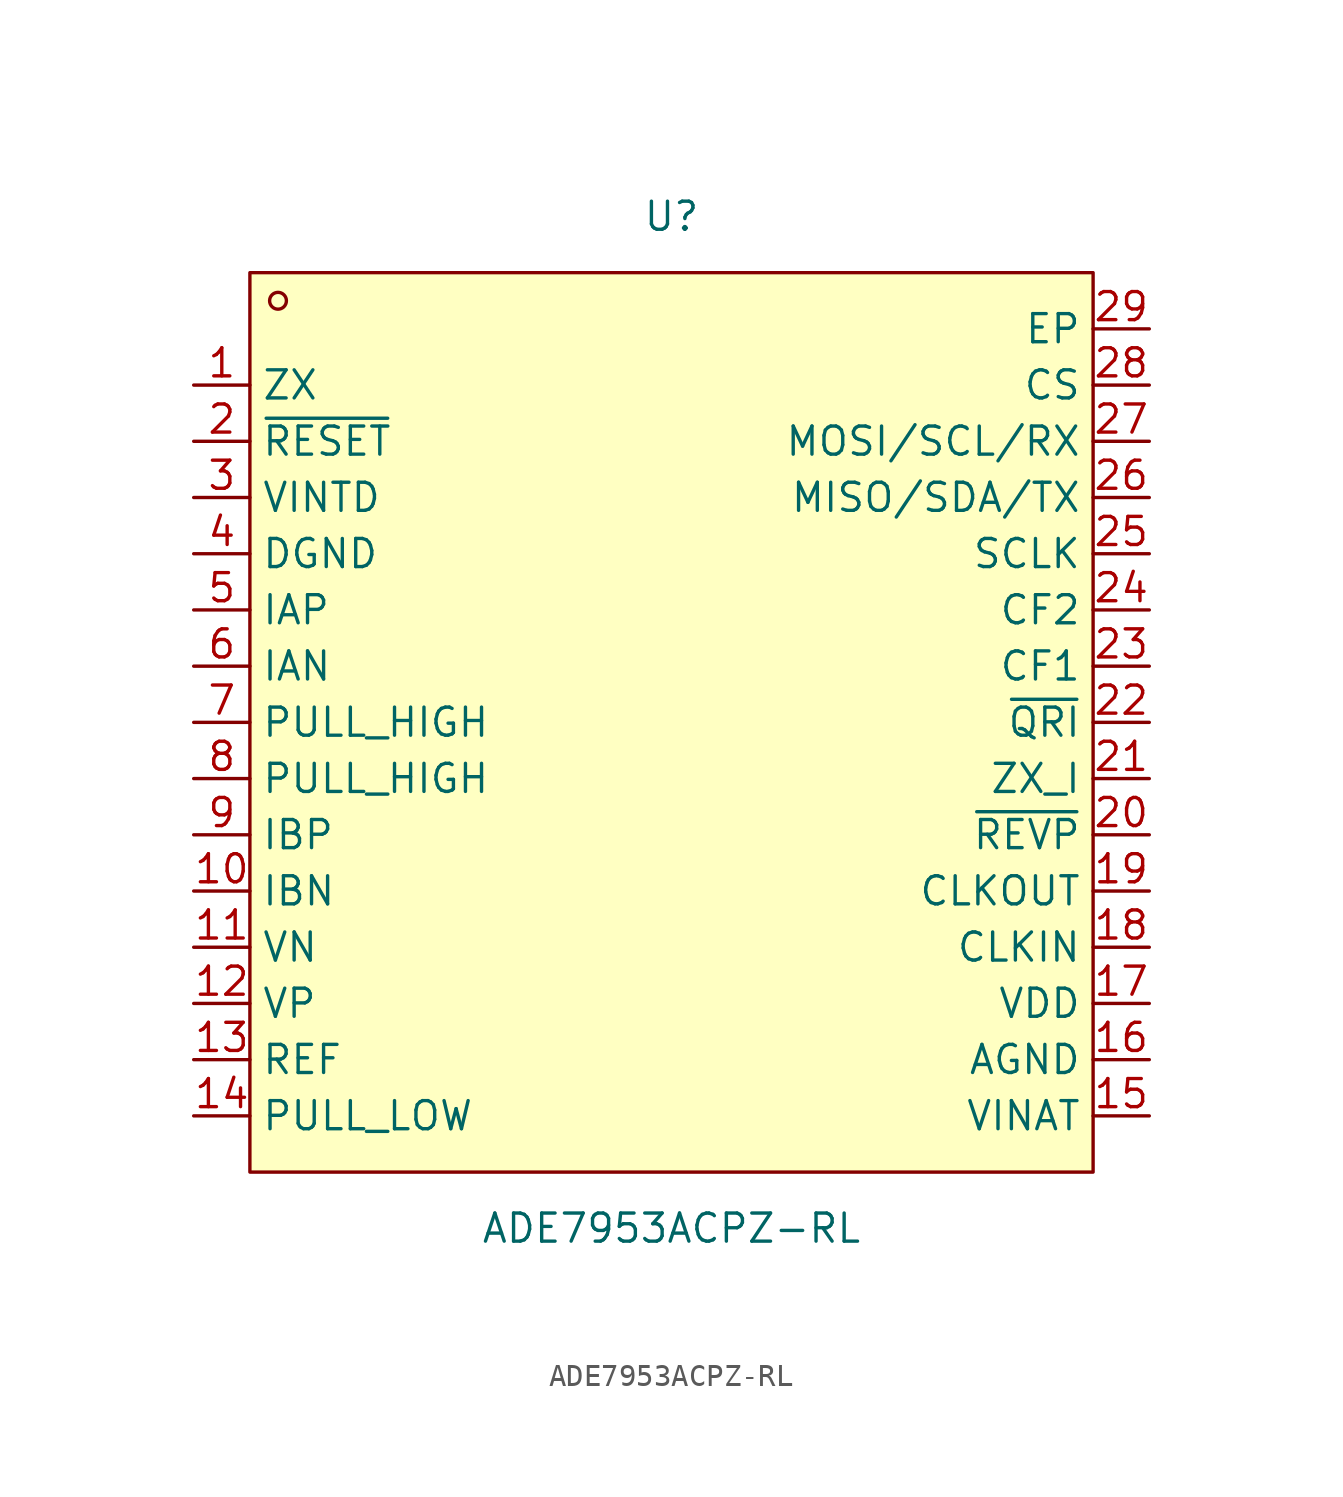
<source format=kicad_sym>
(kicad_symbol_lib
  (version 20211014)
  (generator https://github.com/uPesy/easyeda2kicad.py)
  (symbol "ADE7953ACPZ-RL"
    (property "Reference" "U"
      (at 0 22.86 0)
      (effects (font (size 1.27 1.27))))
    (property "Value" "ADE7953ACPZ-RL"
      (at 0 -22.86 0)
      (effects (font (size 1.27 1.27))))
    (symbol "ADE7953ACPZ-RL_0_1"
      (rectangle (start -19.05 20.32) (end 19.05 -20.32) (stroke (width 0) (type default) (color 0 0 0 0)) (fill (type background)))
      (circle (center -17.78 19.05) (radius 0.38) (stroke (width 0) (type default) (color 0 0 0 0)) (fill (type none)))
      (pin unspecified line (at -21.59 15.24 0) (length 2.54) (name "ZX" (effects (font (size 1.27 1.27)))) (number "1" (effects (font (size 1.27 1.27)))))
      (pin unspecified line (at -21.59 12.70 0) (length 2.54) (name "~{RESET}" (effects (font (size 1.27 1.27)))) (number "2" (effects (font (size 1.27 1.27)))))
      (pin unspecified line (at -21.59 10.16 0) (length 2.54) (name "VINTD" (effects (font (size 1.27 1.27)))) (number "3" (effects (font (size 1.27 1.27)))))
      (pin unspecified line (at -21.59 7.62 0) (length 2.54) (name "DGND" (effects (font (size 1.27 1.27)))) (number "4" (effects (font (size 1.27 1.27)))))
      (pin unspecified line (at -21.59 5.08 0) (length 2.54) (name "IAP" (effects (font (size 1.27 1.27)))) (number "5" (effects (font (size 1.27 1.27)))))
      (pin unspecified line (at -21.59 2.54 0) (length 2.54) (name "IAN" (effects (font (size 1.27 1.27)))) (number "6" (effects (font (size 1.27 1.27)))))
      (pin unspecified line (at -21.59 -0.00 0) (length 2.54) (name "PULL_HIGH" (effects (font (size 1.27 1.27)))) (number "7" (effects (font (size 1.27 1.27)))))
      (pin unspecified line (at -21.59 -2.54 0) (length 2.54) (name "PULL_HIGH" (effects (font (size 1.27 1.27)))) (number "8" (effects (font (size 1.27 1.27)))))
      (pin unspecified line (at -21.59 -5.08 0) (length 2.54) (name "IBP" (effects (font (size 1.27 1.27)))) (number "9" (effects (font (size 1.27 1.27)))))
      (pin unspecified line (at -21.59 -7.62 0) (length 2.54) (name "IBN" (effects (font (size 1.27 1.27)))) (number "10" (effects (font (size 1.27 1.27)))))
      (pin unspecified line (at -21.59 -10.16 0) (length 2.54) (name "VN" (effects (font (size 1.27 1.27)))) (number "11" (effects (font (size 1.27 1.27)))))
      (pin unspecified line (at -21.59 -12.70 0) (length 2.54) (name "VP" (effects (font (size 1.27 1.27)))) (number "12" (effects (font (size 1.27 1.27)))))
      (pin unspecified line (at -21.59 -15.24 0) (length 2.54) (name "REF" (effects (font (size 1.27 1.27)))) (number "13" (effects (font (size 1.27 1.27)))))
      (pin unspecified line (at -21.59 -17.78 0) (length 2.54) (name "PULL_LOW" (effects (font (size 1.27 1.27)))) (number "14" (effects (font (size 1.27 1.27)))))
      (pin unspecified line (at 21.59 -17.78 180) (length 2.54) (name "VINAT" (effects (font (size 1.27 1.27)))) (number "15" (effects (font (size 1.27 1.27)))))
      (pin unspecified line (at 21.59 -15.24 180) (length 2.54) (name "AGND" (effects (font (size 1.27 1.27)))) (number "16" (effects (font (size 1.27 1.27)))))
      (pin unspecified line (at 21.59 -12.70 180) (length 2.54) (name "VDD" (effects (font (size 1.27 1.27)))) (number "17" (effects (font (size 1.27 1.27)))))
      (pin unspecified line (at 21.59 -10.16 180) (length 2.54) (name "CLKIN" (effects (font (size 1.27 1.27)))) (number "18" (effects (font (size 1.27 1.27)))))
      (pin unspecified line (at 21.59 -7.62 180) (length 2.54) (name "CLKOUT" (effects (font (size 1.27 1.27)))) (number "19" (effects (font (size 1.27 1.27)))))
      (pin unspecified line (at 21.59 -5.08 180) (length 2.54) (name "~{REVP}" (effects (font (size 1.27 1.27)))) (number "20" (effects (font (size 1.27 1.27)))))
      (pin unspecified line (at 21.59 -2.54 180) (length 2.54) (name "ZX_I" (effects (font (size 1.27 1.27)))) (number "21" (effects (font (size 1.27 1.27)))))
      (pin unspecified line (at 21.59 -0.00 180) (length 2.54) (name "~{QRI}" (effects (font (size 1.27 1.27)))) (number "22" (effects (font (size 1.27 1.27)))))
      (pin unspecified line (at 21.59 2.54 180) (length 2.54) (name "CF1" (effects (font (size 1.27 1.27)))) (number "23" (effects (font (size 1.27 1.27)))))
      (pin unspecified line (at 21.59 5.08 180) (length 2.54) (name "CF2" (effects (font (size 1.27 1.27)))) (number "24" (effects (font (size 1.27 1.27)))))
      (pin unspecified line (at 21.59 7.62 180) (length 2.54) (name "SCLK" (effects (font (size 1.27 1.27)))) (number "25" (effects (font (size 1.27 1.27)))))
      (pin unspecified line (at 21.59 10.16 180) (length 2.54) (name "MISO/SDA/TX" (effects (font (size 1.27 1.27)))) (number "26" (effects (font (size 1.27 1.27)))))
      (pin unspecified line (at 21.59 12.70 180) (length 2.54) (name "MOSI/SCL/RX" (effects (font (size 1.27 1.27)))) (number "27" (effects (font (size 1.27 1.27)))))
      (pin unspecified line (at 21.59 15.24 180) (length 2.54) (name "CS" (effects (font (size 1.27 1.27)))) (number "28" (effects (font (size 1.27 1.27)))))
      (pin unspecified line (at 21.59 17.78 180) (length 2.54) (name "EP" (effects (font (size 1.27 1.27)))) (number "29" (effects (font (size 1.27 1.27))))))))
</source>
